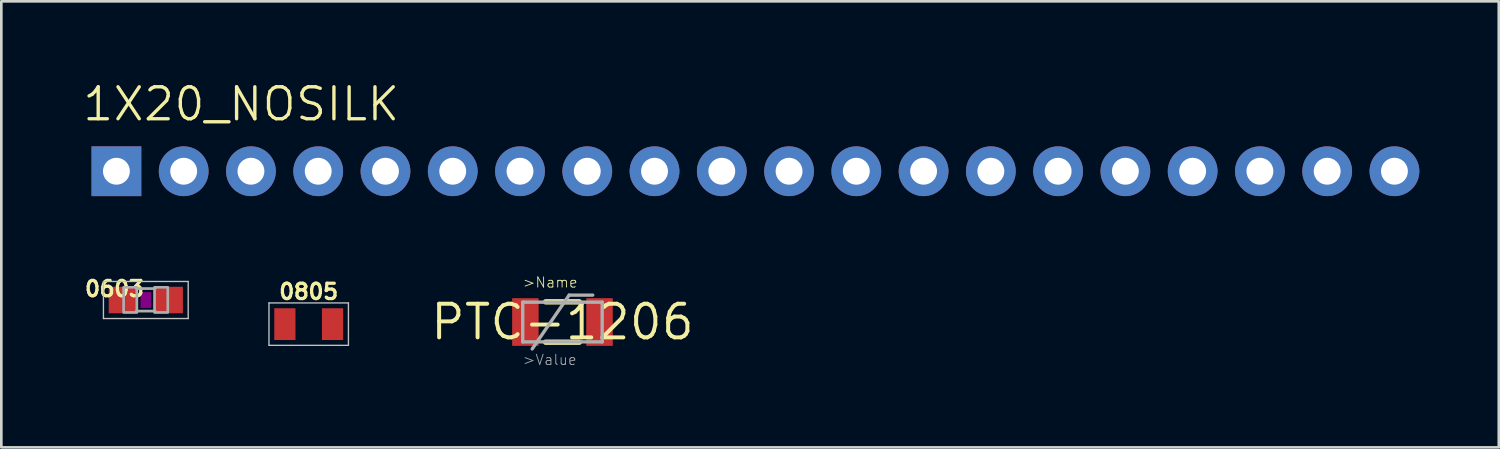
<source format=kicad_pcb>
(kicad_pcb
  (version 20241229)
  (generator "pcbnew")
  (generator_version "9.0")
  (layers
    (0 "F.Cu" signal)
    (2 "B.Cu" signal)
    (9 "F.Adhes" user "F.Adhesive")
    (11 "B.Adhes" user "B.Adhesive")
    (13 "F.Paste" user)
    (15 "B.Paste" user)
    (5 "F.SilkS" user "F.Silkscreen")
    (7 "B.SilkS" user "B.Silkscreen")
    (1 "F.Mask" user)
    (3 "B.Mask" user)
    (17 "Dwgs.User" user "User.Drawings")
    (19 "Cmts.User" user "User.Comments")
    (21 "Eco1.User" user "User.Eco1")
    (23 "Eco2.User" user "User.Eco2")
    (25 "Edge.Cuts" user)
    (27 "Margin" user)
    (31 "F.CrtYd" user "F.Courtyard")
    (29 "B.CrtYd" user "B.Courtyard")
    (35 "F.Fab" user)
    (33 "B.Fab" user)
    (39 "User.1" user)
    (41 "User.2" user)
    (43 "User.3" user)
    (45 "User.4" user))
  (footprint "0805"
    (layer "F.Cu")
    (at 8.607 9.19)
    (property "Reference" "0805" (at 0 -0.889 0) (layer "F.SilkS") (effects (font (size 0.579 0.579) (thickness 0.122)) (justify bottom)))
    (attr through_hole)
    (fp_line (start -1.5 -0.8) (end 1.5 -0.8) (stroke (width 0.051) (type solid)) (layer "Dwgs.User"))
    (fp_line (start -1.5 0.8) (end -1.5 -0.8) (stroke (width 0.051) (type solid)) (layer "Dwgs.User"))
    (fp_line (start 1.5 -0.8) (end 1.5 0.8) (stroke (width 0.051) (type solid)) (layer "Dwgs.User"))
    (fp_line (start 1.5 0.8) (end -1.5 0.8) (stroke (width 0.051) (type solid)) (layer "Dwgs.User"))
    (pad "1" smd rect (at -0.9 0) (size 0.8 1.2) (layers "F.Cu" "F.Mask" "F.Paste"))
    (pad "2" smd rect (at 0.9 0) (size 0.8 1.2) (layers "F.Cu" "F.Mask" "F.Paste")))
  (footprint "0603"
    (layer "F.Cu")
    (at 2.456 8.279)
    (property "Reference" "0603" (at 0 -0.762 0) (layer "F.SilkS") (effects (font (size 0.579 0.579) (thickness 0.122)) (justify right top)))
    (attr through_hole)
    (fp_poly (pts (xy -0.2 0.3) (xy 0.2 0.3) (xy 0.2 -0.3) (xy -0.2 -0.3)) (stroke (width 0) (type solid)) (fill yes) (layer "F.Adhes"))
    (fp_line (start -1.6 -0.7) (end 1.6 -0.7) (stroke (width 0.051) (type solid)) (layer "Dwgs.User"))
    (fp_line (start -1.6 0.7) (end -1.6 -0.7) (stroke (width 0.051) (type solid)) (layer "Dwgs.User"))
    (fp_line (start 1.6 -0.7) (end 1.6 0.7) (stroke (width 0.051) (type solid)) (layer "Dwgs.User"))
    (fp_line (start 1.6 0.7) (end -1.6 0.7) (stroke (width 0.051) (type solid)) (layer "Dwgs.User"))
    (fp_line (start -0.356 -0.432) (end 0.356 -0.432) (stroke (width 0.102) (type solid)) (layer "F.Fab"))
    (fp_line (start -0.356 0.419) (end 0.356 0.419) (stroke (width 0.102) (type solid)) (layer "F.Fab"))
    (fp_poly (pts (xy -0.838 0.47) (xy -0.338 0.47) (xy -0.338 -0.48) (xy -0.838 -0.48)) (stroke (width 0.1) (type solid)) (fill no) (layer "F.Fab"))
    (fp_poly (pts (xy 0.33 0.47) (xy 0.83 0.47) (xy 0.83 -0.48) (xy 0.33 -0.48)) (stroke (width 0.1) (type solid)) (fill no) (layer "F.Fab"))
    (pad "1" smd rect (at -0.85 0) (size 1.1 1) (layers "F.Cu" "F.Mask" "F.Paste"))
    (pad "2" smd rect (at 0.85 0) (size 1.1 1) (layers "F.Cu" "F.Mask" "F.Paste")))
  (footprint "1X20_NOSILK"
    (layer "F.Cu")
    (at 1.346 3.416)
    (property "Reference" "1X20_NOSILK" (at -1.346 -1.829 0) (layer "F.SilkS") (effects (font (size 1.206 1.206) (thickness 0.127)) (justify left bottom)))
    (attr through_hole)
    (fp_poly (pts (xy -0.254 0.254) (xy 0.254 0.254) (xy 0.254 -0.254) (xy -0.254 -0.254)) (stroke (width 0.1) (type solid)) (fill no) (layer "F.Fab"))
    (fp_poly (pts (xy 2.286 0.254) (xy 2.794 0.254) (xy 2.794 -0.254) (xy 2.286 -0.254)) (stroke (width 0.1) (type solid)) (fill no) (layer "F.Fab"))
    (fp_poly (pts (xy 4.826 0.254) (xy 5.334 0.254) (xy 5.334 -0.254) (xy 4.826 -0.254)) (stroke (width 0.1) (type solid)) (fill no) (layer "F.Fab"))
    (fp_poly (pts (xy 7.366 0.254) (xy 7.874 0.254) (xy 7.874 -0.254) (xy 7.366 -0.254)) (stroke (width 0.1) (type solid)) (fill no) (layer "F.Fab"))
    (fp_poly (pts (xy 9.906 0.254) (xy 10.414 0.254) (xy 10.414 -0.254) (xy 9.906 -0.254)) (stroke (width 0.1) (type solid)) (fill no) (layer "F.Fab"))
    (fp_poly (pts (xy 12.446 0.254) (xy 12.954 0.254) (xy 12.954 -0.254) (xy 12.446 -0.254)) (stroke (width 0.1) (type solid)) (fill no) (layer "F.Fab"))
    (fp_poly (pts (xy 14.986 0.254) (xy 15.494 0.254) (xy 15.494 -0.254) (xy 14.986 -0.254)) (stroke (width 0.1) (type solid)) (fill no) (layer "F.Fab"))
    (fp_poly (pts (xy 17.526 0.254) (xy 18.034 0.254) (xy 18.034 -0.254) (xy 17.526 -0.254)) (stroke (width 0.1) (type solid)) (fill no) (layer "F.Fab"))
    (fp_poly (pts (xy 20.066 0.254) (xy 20.574 0.254) (xy 20.574 -0.254) (xy 20.066 -0.254)) (stroke (width 0.1) (type solid)) (fill no) (layer "F.Fab"))
    (fp_poly (pts (xy 22.606 0.254) (xy 23.114 0.254) (xy 23.114 -0.254) (xy 22.606 -0.254)) (stroke (width 0.1) (type solid)) (fill no) (layer "F.Fab"))
    (fp_poly (pts (xy 25.146 0.254) (xy 25.654 0.254) (xy 25.654 -0.254) (xy 25.146 -0.254)) (stroke (width 0.1) (type solid)) (fill no) (layer "F.Fab"))
    (fp_poly (pts (xy 27.686 0.254) (xy 28.194 0.254) (xy 28.194 -0.254) (xy 27.686 -0.254)) (stroke (width 0.1) (type solid)) (fill no) (layer "F.Fab"))
    (fp_poly (pts (xy 30.226 0.254) (xy 30.734 0.254) (xy 30.734 -0.254) (xy 30.226 -0.254)) (stroke (width 0.1) (type solid)) (fill no) (layer "F.Fab"))
    (fp_poly (pts (xy 32.766 0.254) (xy 33.274 0.254) (xy 33.274 -0.254) (xy 32.766 -0.254)) (stroke (width 0.1) (type solid)) (fill no) (layer "F.Fab"))
    (fp_poly (pts (xy 35.306 0.254) (xy 35.814 0.254) (xy 35.814 -0.254) (xy 35.306 -0.254)) (stroke (width 0.1) (type solid)) (fill no) (layer "F.Fab"))
    (fp_poly (pts (xy 37.846 0.254) (xy 38.354 0.254) (xy 38.354 -0.254) (xy 37.846 -0.254)) (stroke (width 0.1) (type solid)) (fill no) (layer "F.Fab"))
    (fp_poly (pts (xy 40.386 0.254) (xy 40.894 0.254) (xy 40.894 -0.254) (xy 40.386 -0.254)) (stroke (width 0.1) (type solid)) (fill no) (layer "F.Fab"))
    (fp_poly (pts (xy 42.926 0.254) (xy 43.434 0.254) (xy 43.434 -0.254) (xy 42.926 -0.254)) (stroke (width 0.1) (type solid)) (fill no) (layer "F.Fab"))
    (fp_poly (pts (xy 45.466 0.254) (xy 45.974 0.254) (xy 45.974 -0.254) (xy 45.466 -0.254)) (stroke (width 0.1) (type solid)) (fill no) (layer "F.Fab"))
    (fp_poly (pts (xy 48.006 0.254) (xy 48.514 0.254) (xy 48.514 -0.254) (xy 48.006 -0.254)) (stroke (width 0.1) (type solid)) (fill no) (layer "F.Fab"))
    (pad "1" thru_hole rect (at 0 0 90) (size 1.88 1.88) (drill 1.016) (layers "*.Cu" "*.Mask"))
    (pad "2" thru_hole circle (at 2.54 0 90) (size 1.88 1.88) (drill 1.016) (layers "*.Cu" "*.Mask"))
    (pad "3" thru_hole circle (at 5.08 0 90) (size 1.88 1.88) (drill 1.016) (layers "*.Cu" "*.Mask"))
    (pad "4" thru_hole circle (at 7.62 0 90) (size 1.88 1.88) (drill 1.016) (layers "*.Cu" "*.Mask"))
    (pad "5" thru_hole circle (at 10.16 0 90) (size 1.88 1.88) (drill 1.016) (layers "*.Cu" "*.Mask"))
    (pad "6" thru_hole circle (at 12.7 0 90) (size 1.88 1.88) (drill 1.016) (layers "*.Cu" "*.Mask"))
    (pad "7" thru_hole circle (at 15.24 0 90) (size 1.88 1.88) (drill 1.016) (layers "*.Cu" "*.Mask"))
    (pad "8" thru_hole circle (at 17.78 0 90) (size 1.88 1.88) (drill 1.016) (layers "*.Cu" "*.Mask"))
    (pad "9" thru_hole circle (at 20.32 0 90) (size 1.88 1.88) (drill 1.016) (layers "*.Cu" "*.Mask"))
    (pad "10" thru_hole circle (at 22.86 0 90) (size 1.88 1.88) (drill 1.016) (layers "*.Cu" "*.Mask"))
    (pad "11" thru_hole circle (at 25.4 0 90) (size 1.88 1.88) (drill 1.016) (layers "*.Cu" "*.Mask"))
    (pad "12" thru_hole circle (at 27.94 0 90) (size 1.88 1.88) (drill 1.016) (layers "*.Cu" "*.Mask"))
    (pad "13" thru_hole circle (at 30.48 0 90) (size 1.88 1.88) (drill 1.016) (layers "*.Cu" "*.Mask"))
    (pad "14" thru_hole circle (at 33.02 0 90) (size 1.88 1.88) (drill 1.016) (layers "*.Cu" "*.Mask"))
    (pad "15" thru_hole circle (at 35.56 0 90) (size 1.88 1.88) (drill 1.016) (layers "*.Cu" "*.Mask"))
    (pad "16" thru_hole circle (at 38.1 0 90) (size 1.88 1.88) (drill 1.016) (layers "*.Cu" "*.Mask"))
    (pad "17" thru_hole circle (at 40.64 0 90) (size 1.88 1.88) (drill 1.016) (layers "*.Cu" "*.Mask"))
    (pad "18" thru_hole circle (at 43.18 0 90) (size 1.88 1.88) (drill 1.016) (layers "*.Cu" "*.Mask"))
    (pad "19" thru_hole circle (at 45.72 0 90) (size 1.88 1.88) (drill 1.016) (layers "*.Cu" "*.Mask"))
    (pad "20" thru_hole circle (at 48.26 0 90) (size 1.88 1.88) (drill 1.016) (layers "*.Cu" "*.Mask")))
  (footprint "PTC-1206"
    (layer "F.Cu")
    (at 18.189 9.11)
    (property "Reference" "PTC-1206" (at 0 0 0) (layer "F.SilkS") (effects (font (size 1.27 1.27) (thickness 0.15))))
    (attr through_hole)
    (fp_line (start -0.635 -0.762) (end 0.635 -0.762) (stroke (width 0.203) (type solid)) (layer "F.SilkS"))
    (fp_line (start 0.635 0.762) (end -0.635 0.762) (stroke (width 0.203) (type solid)) (layer "F.SilkS"))
    (fp_line (start -1.5 -0.75) (end 1.5 -0.75) (stroke (width 0.127) (type solid)) (layer "F.Fab"))
    (fp_line (start -1.5 0.75) (end -1.5 -0.75) (stroke (width 0.127) (type solid)) (layer "F.Fab"))
    (fp_line (start -1.143 1.016) (end 0.254 -1.016) (stroke (width 0.127) (type solid)) (layer "F.Fab"))
    (fp_line (start 0.254 -1.016) (end 1.143 -1.016) (stroke (width 0.127) (type solid)) (layer "F.Fab"))
    (fp_line (start 1.5 -0.75) (end 1.5 0.75) (stroke (width 0.127) (type solid)) (layer "F.Fab"))
    (fp_line (start 1.5 0.75) (end -1.5 0.75) (stroke (width 0.127) (type solid)) (layer "F.Fab"))
    (fp_text user ">Name" (at -1.524 -1.27 0) (layer "F.SilkS") (effects (font (size 0.386 0.386) (thickness 0.033)) (justify left bottom)))
    (fp_text user ">Value" (at -1.524 1.651 0) (layer "F.Fab") (effects (font (size 0.386 0.386) (thickness 0.033)) (justify left bottom)))
    (pad "1" smd rect (at -1.4 0) (size 1 1.8) (layers "F.Cu" "F.Mask" "F.Paste"))
    (pad "2" smd rect (at 1.4 0) (size 1 1.8) (layers "F.Cu" "F.Mask" "F.Paste")))
  (gr_rect
    (start -3 -3)
    (end 53.546 13.843)
    (stroke (width 0.1) (type default))
    (fill no)
    (layer "Edge.Cuts")))
</source>
